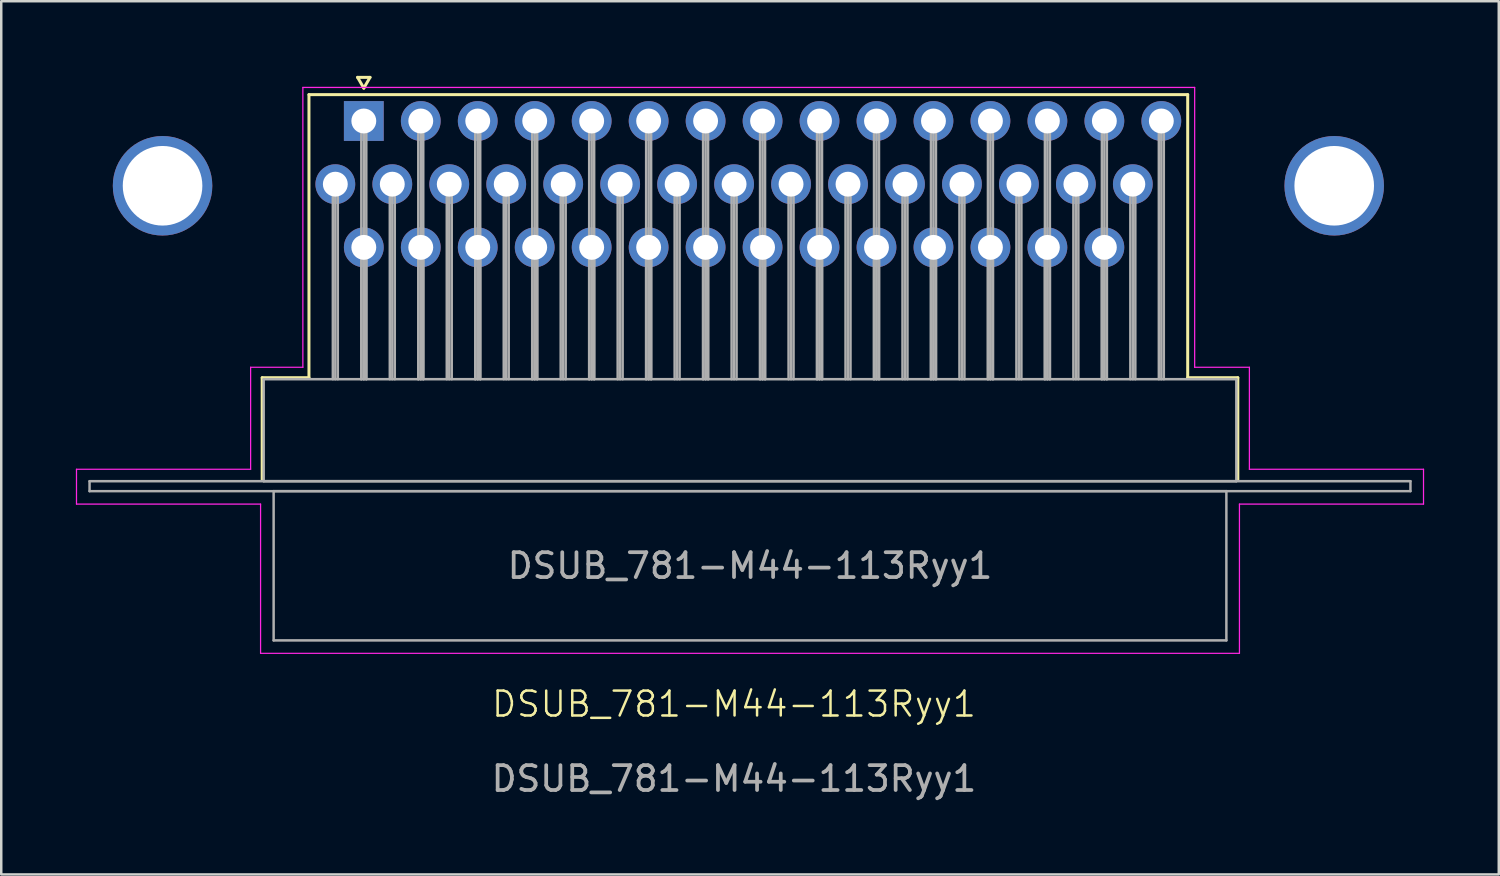
<source format=kicad_pcb>
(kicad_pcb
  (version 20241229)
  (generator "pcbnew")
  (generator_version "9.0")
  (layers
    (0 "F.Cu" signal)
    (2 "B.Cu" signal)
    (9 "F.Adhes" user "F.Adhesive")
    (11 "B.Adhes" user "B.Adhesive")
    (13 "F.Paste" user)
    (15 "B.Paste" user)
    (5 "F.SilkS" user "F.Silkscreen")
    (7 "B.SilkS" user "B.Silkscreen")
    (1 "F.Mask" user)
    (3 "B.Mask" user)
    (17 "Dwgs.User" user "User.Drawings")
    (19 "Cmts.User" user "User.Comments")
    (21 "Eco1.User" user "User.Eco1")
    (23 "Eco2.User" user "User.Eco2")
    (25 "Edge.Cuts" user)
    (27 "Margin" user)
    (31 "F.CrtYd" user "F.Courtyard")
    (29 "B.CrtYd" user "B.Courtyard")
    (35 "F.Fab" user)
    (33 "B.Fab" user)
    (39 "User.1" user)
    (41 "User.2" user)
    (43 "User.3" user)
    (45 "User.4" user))
  (footprint "DSUB_781-M44-113Ryy1"
    (layer "F.Cu")
    (at 26.455 25.754)
    (property "Reference" "DSUB_781-M44-113Ryy1" (at 0 -0.5 0) (unlocked yes) (layer "F.SilkS") (effects (font (size 1 1) (thickness 0.1))))
    (attr smd)
    (fp_line (start -18.965 -13.62) (end -17.085 -13.62) (stroke (width 0.12) (type solid)) (layer "F.SilkS"))
    (fp_line (start -18.965 -9.52) (end -18.965 -13.62) (stroke (width 0.12) (type solid)) (layer "F.SilkS"))
    (fp_line (start -17.085 -25) (end 18.24 -25) (stroke (width 0.12) (type solid)) (layer "F.SilkS"))
    (fp_line (start -17.085 -13.62) (end -17.085 -25) (stroke (width 0.12) (type solid)) (layer "F.SilkS"))
    (fp_line (start -15.13 -25.694) (end -14.63 -25.694) (stroke (width 0.12) (type solid)) (layer "F.SilkS"))
    (fp_line (start -14.88 -25.261) (end -15.13 -25.694) (stroke (width 0.12) (type solid)) (layer "F.SilkS"))
    (fp_line (start -14.63 -25.694) (end -14.88 -25.261) (stroke (width 0.12) (type solid)) (layer "F.SilkS"))
    (fp_line (start 18.24 -25) (end 18.24 -13.62) (stroke (width 0.12) (type solid)) (layer "F.SilkS"))
    (fp_line (start 18.24 -13.62) (end 20.255 -13.62) (stroke (width 0.12) (type solid)) (layer "F.SilkS"))
    (fp_line (start 20.255 -13.62) (end 20.255 -9.52) (stroke (width 0.12) (type solid)) (layer "F.SilkS"))
    (fp_line (start -26.43 -9.94) (end -19.43 -9.94) (stroke (width 0.05) (type solid)) (layer "F.CrtYd"))
    (fp_line (start -26.43 -8.54) (end -26.43 -9.94) (stroke (width 0.05) (type solid)) (layer "F.CrtYd"))
    (fp_line (start -19.43 -14.04) (end -17.33 -14.04) (stroke (width 0.05) (type solid)) (layer "F.CrtYd"))
    (fp_line (start -19.43 -9.94) (end -19.43 -14.04) (stroke (width 0.05) (type solid)) (layer "F.CrtYd"))
    (fp_line (start -19.03 -8.54) (end -26.43 -8.54) (stroke (width 0.05) (type solid)) (layer "F.CrtYd"))
    (fp_line (start -19.03 -2.54) (end -19.03 -8.54) (stroke (width 0.05) (type solid)) (layer "F.CrtYd"))
    (fp_line (start -17.33 -25.29) (end 18.52 -25.29) (stroke (width 0.05) (type solid)) (layer "F.CrtYd"))
    (fp_line (start -17.33 -14.04) (end -17.33 -25.29) (stroke (width 0.05) (type solid)) (layer "F.CrtYd"))
    (fp_line (start 18.52 -25.29) (end 18.52 -14.04) (stroke (width 0.05) (type solid)) (layer "F.CrtYd"))
    (fp_line (start 18.52 -14.04) (end 20.72 -14.04) (stroke (width 0.05) (type solid)) (layer "F.CrtYd"))
    (fp_line (start 20.32 -8.54) (end 20.32 -2.54) (stroke (width 0.05) (type solid)) (layer "F.CrtYd"))
    (fp_line (start 20.32 -2.54) (end -19.03 -2.54) (stroke (width 0.05) (type solid)) (layer "F.CrtYd"))
    (fp_line (start 20.72 -14.04) (end 20.72 -9.94) (stroke (width 0.05) (type solid)) (layer "F.CrtYd"))
    (fp_line (start 20.72 -9.94) (end 27.72 -9.94) (stroke (width 0.05) (type solid)) (layer "F.CrtYd"))
    (fp_line (start 27.72 -9.94) (end 27.72 -8.54) (stroke (width 0.05) (type solid)) (layer "F.CrtYd"))
    (fp_line (start 27.72 -8.54) (end 20.32 -8.54) (stroke (width 0.05) (type solid)) (layer "F.CrtYd"))
    (fp_line (start -25.905 -9.46) (end -25.905 -9.06) (stroke (width 0.1) (type solid)) (layer "F.Fab"))
    (fp_line (start -25.905 -9.06) (end 27.195 -9.06) (stroke (width 0.1) (type solid)) (layer "F.Fab"))
    (fp_line (start -18.905 -13.56) (end -18.905 -9.46) (stroke (width 0.1) (type solid)) (layer "F.Fab"))
    (fp_line (start -18.905 -9.46) (end 20.195 -9.46) (stroke (width 0.1) (type solid)) (layer "F.Fab"))
    (fp_line (start -18.505 -9.06) (end -18.505 -3.06) (stroke (width 0.1) (type solid)) (layer "F.Fab"))
    (fp_line (start -18.505 -3.06) (end 19.795 -3.06) (stroke (width 0.1) (type solid)) (layer "F.Fab"))
    (fp_line (start -16.125 -21.4) (end -16.125 -13.56) (stroke (width 0.1) (type solid)) (layer "F.Fab"))
    (fp_line (start -16.025 -21.4) (end -16.025 -13.56) (stroke (width 0.1) (type solid)) (layer "F.Fab"))
    (fp_line (start -15.925 -21.4) (end -15.925 -13.56) (stroke (width 0.1) (type solid)) (layer "F.Fab"))
    (fp_line (start -14.98 -23.94) (end -14.98 -13.56) (stroke (width 0.1) (type solid)) (layer "F.Fab"))
    (fp_line (start -14.98 -18.86) (end -14.98 -13.56) (stroke (width 0.1) (type solid)) (layer "F.Fab"))
    (fp_line (start -14.88 -23.94) (end -14.88 -13.56) (stroke (width 0.1) (type solid)) (layer "F.Fab"))
    (fp_line (start -14.88 -18.86) (end -14.88 -13.56) (stroke (width 0.1) (type solid)) (layer "F.Fab"))
    (fp_line (start -14.78 -23.94) (end -14.78 -13.56) (stroke (width 0.1) (type solid)) (layer "F.Fab"))
    (fp_line (start -14.78 -18.86) (end -14.78 -13.56) (stroke (width 0.1) (type solid)) (layer "F.Fab"))
    (fp_line (start -13.835 -21.4) (end -13.835 -13.56) (stroke (width 0.1) (type solid)) (layer "F.Fab"))
    (fp_line (start -13.735 -21.4) (end -13.735 -13.56) (stroke (width 0.1) (type solid)) (layer "F.Fab"))
    (fp_line (start -13.635 -21.4) (end -13.635 -13.56) (stroke (width 0.1) (type solid)) (layer "F.Fab"))
    (fp_line (start -12.69 -23.94) (end -12.69 -13.56) (stroke (width 0.1) (type solid)) (layer "F.Fab"))
    (fp_line (start -12.69 -18.86) (end -12.69 -13.56) (stroke (width 0.1) (type solid)) (layer "F.Fab"))
    (fp_line (start -12.59 -23.94) (end -12.59 -13.56) (stroke (width 0.1) (type solid)) (layer "F.Fab"))
    (fp_line (start -12.59 -18.86) (end -12.59 -13.56) (stroke (width 0.1) (type solid)) (layer "F.Fab"))
    (fp_line (start -12.49 -23.94) (end -12.49 -13.56) (stroke (width 0.1) (type solid)) (layer "F.Fab"))
    (fp_line (start -12.49 -18.86) (end -12.49 -13.56) (stroke (width 0.1) (type solid)) (layer "F.Fab"))
    (fp_line (start -11.545 -21.4) (end -11.545 -13.56) (stroke (width 0.1) (type solid)) (layer "F.Fab"))
    (fp_line (start -11.445 -21.4) (end -11.445 -13.56) (stroke (width 0.1) (type solid)) (layer "F.Fab"))
    (fp_line (start -11.345 -21.4) (end -11.345 -13.56) (stroke (width 0.1) (type solid)) (layer "F.Fab"))
    (fp_line (start -10.4 -23.94) (end -10.4 -13.56) (stroke (width 0.1) (type solid)) (layer "F.Fab"))
    (fp_line (start -10.4 -18.86) (end -10.4 -13.56) (stroke (width 0.1) (type solid)) (layer "F.Fab"))
    (fp_line (start -10.3 -23.94) (end -10.3 -13.56) (stroke (width 0.1) (type solid)) (layer "F.Fab"))
    (fp_line (start -10.3 -18.86) (end -10.3 -13.56) (stroke (width 0.1) (type solid)) (layer "F.Fab"))
    (fp_line (start -10.2 -23.94) (end -10.2 -13.56) (stroke (width 0.1) (type solid)) (layer "F.Fab"))
    (fp_line (start -10.2 -18.86) (end -10.2 -13.56) (stroke (width 0.1) (type solid)) (layer "F.Fab"))
    (fp_line (start -9.255 -21.4) (end -9.255 -13.56) (stroke (width 0.1) (type solid)) (layer "F.Fab"))
    (fp_line (start -9.155 -21.4) (end -9.155 -13.56) (stroke (width 0.1) (type solid)) (layer "F.Fab"))
    (fp_line (start -9.055 -21.4) (end -9.055 -13.56) (stroke (width 0.1) (type solid)) (layer "F.Fab"))
    (fp_line (start -8.11 -23.94) (end -8.11 -13.56) (stroke (width 0.1) (type solid)) (layer "F.Fab"))
    (fp_line (start -8.11 -18.86) (end -8.11 -13.56) (stroke (width 0.1) (type solid)) (layer "F.Fab"))
    (fp_line (start -8.01 -23.94) (end -8.01 -13.56) (stroke (width 0.1) (type solid)) (layer "F.Fab"))
    (fp_line (start -8.01 -18.86) (end -8.01 -13.56) (stroke (width 0.1) (type solid)) (layer "F.Fab"))
    (fp_line (start -7.91 -23.94) (end -7.91 -13.56) (stroke (width 0.1) (type solid)) (layer "F.Fab"))
    (fp_line (start -7.91 -18.86) (end -7.91 -13.56) (stroke (width 0.1) (type solid)) (layer "F.Fab"))
    (fp_line (start -6.965 -21.4) (end -6.965 -13.56) (stroke (width 0.1) (type solid)) (layer "F.Fab"))
    (fp_line (start -6.865 -21.4) (end -6.865 -13.56) (stroke (width 0.1) (type solid)) (layer "F.Fab"))
    (fp_line (start -6.765 -21.4) (end -6.765 -13.56) (stroke (width 0.1) (type solid)) (layer "F.Fab"))
    (fp_line (start -5.82 -23.94) (end -5.82 -13.56) (stroke (width 0.1) (type solid)) (layer "F.Fab"))
    (fp_line (start -5.82 -18.86) (end -5.82 -13.56) (stroke (width 0.1) (type solid)) (layer "F.Fab"))
    (fp_line (start -5.72 -23.94) (end -5.72 -13.56) (stroke (width 0.1) (type solid)) (layer "F.Fab"))
    (fp_line (start -5.72 -18.86) (end -5.72 -13.56) (stroke (width 0.1) (type solid)) (layer "F.Fab"))
    (fp_line (start -5.62 -23.94) (end -5.62 -13.56) (stroke (width 0.1) (type solid)) (layer "F.Fab"))
    (fp_line (start -5.62 -18.86) (end -5.62 -13.56) (stroke (width 0.1) (type solid)) (layer "F.Fab"))
    (fp_line (start -4.675 -21.4) (end -4.675 -13.56) (stroke (width 0.1) (type solid)) (layer "F.Fab"))
    (fp_line (start -4.575 -21.4) (end -4.575 -13.56) (stroke (width 0.1) (type solid)) (layer "F.Fab"))
    (fp_line (start -4.475 -21.4) (end -4.475 -13.56) (stroke (width 0.1) (type solid)) (layer "F.Fab"))
    (fp_line (start -3.53 -23.94) (end -3.53 -13.56) (stroke (width 0.1) (type solid)) (layer "F.Fab"))
    (fp_line (start -3.53 -18.86) (end -3.53 -13.56) (stroke (width 0.1) (type solid)) (layer "F.Fab"))
    (fp_line (start -3.43 -23.94) (end -3.43 -13.56) (stroke (width 0.1) (type solid)) (layer "F.Fab"))
    (fp_line (start -3.43 -18.86) (end -3.43 -13.56) (stroke (width 0.1) (type solid)) (layer "F.Fab"))
    (fp_line (start -3.33 -23.94) (end -3.33 -13.56) (stroke (width 0.1) (type solid)) (layer "F.Fab"))
    (fp_line (start -3.33 -18.86) (end -3.33 -13.56) (stroke (width 0.1) (type solid)) (layer "F.Fab"))
    (fp_line (start -2.385 -21.4) (end -2.385 -13.56) (stroke (width 0.1) (type solid)) (layer "F.Fab"))
    (fp_line (start -2.285 -21.4) (end -2.285 -13.56) (stroke (width 0.1) (type solid)) (layer "F.Fab"))
    (fp_line (start -2.185 -21.4) (end -2.185 -13.56) (stroke (width 0.1) (type solid)) (layer "F.Fab"))
    (fp_line (start -1.24 -23.94) (end -1.24 -13.56) (stroke (width 0.1) (type solid)) (layer "F.Fab"))
    (fp_line (start -1.24 -18.86) (end -1.24 -13.56) (stroke (width 0.1) (type solid)) (layer "F.Fab"))
    (fp_line (start -1.14 -23.94) (end -1.14 -13.56) (stroke (width 0.1) (type solid)) (layer "F.Fab"))
    (fp_line (start -1.14 -18.86) (end -1.14 -13.56) (stroke (width 0.1) (type solid)) (layer "F.Fab"))
    (fp_line (start -1.04 -23.94) (end -1.04 -13.56) (stroke (width 0.1) (type solid)) (layer "F.Fab"))
    (fp_line (start -1.04 -18.86) (end -1.04 -13.56) (stroke (width 0.1) (type solid)) (layer "F.Fab"))
    (fp_line (start -0.095 -21.4) (end -0.095 -13.56) (stroke (width 0.1) (type solid)) (layer "F.Fab"))
    (fp_line (start 0.005 -21.4) (end 0.005 -13.56) (stroke (width 0.1) (type solid)) (layer "F.Fab"))
    (fp_line (start 0.105 -21.4) (end 0.105 -13.56) (stroke (width 0.1) (type solid)) (layer "F.Fab"))
    (fp_line (start 1.05 -23.94) (end 1.05 -13.56) (stroke (width 0.1) (type solid)) (layer "F.Fab"))
    (fp_line (start 1.05 -18.86) (end 1.05 -13.56) (stroke (width 0.1) (type solid)) (layer "F.Fab"))
    (fp_line (start 1.15 -23.94) (end 1.15 -13.56) (stroke (width 0.1) (type solid)) (layer "F.Fab"))
    (fp_line (start 1.15 -18.86) (end 1.15 -13.56) (stroke (width 0.1) (type solid)) (layer "F.Fab"))
    (fp_line (start 1.25 -23.94) (end 1.25 -13.56) (stroke (width 0.1) (type solid)) (layer "F.Fab"))
    (fp_line (start 1.25 -18.86) (end 1.25 -13.56) (stroke (width 0.1) (type solid)) (layer "F.Fab"))
    (fp_line (start 2.195 -21.4) (end 2.195 -13.56) (stroke (width 0.1) (type solid)) (layer "F.Fab"))
    (fp_line (start 2.295 -21.4) (end 2.295 -13.56) (stroke (width 0.1) (type solid)) (layer "F.Fab"))
    (fp_line (start 2.395 -21.4) (end 2.395 -13.56) (stroke (width 0.1) (type solid)) (layer "F.Fab"))
    (fp_line (start 3.34 -23.94) (end 3.34 -13.56) (stroke (width 0.1) (type solid)) (layer "F.Fab"))
    (fp_line (start 3.34 -18.86) (end 3.34 -13.56) (stroke (width 0.1) (type solid)) (layer "F.Fab"))
    (fp_line (start 3.44 -23.94) (end 3.44 -13.56) (stroke (width 0.1) (type solid)) (layer "F.Fab"))
    (fp_line (start 3.44 -18.86) (end 3.44 -13.56) (stroke (width 0.1) (type solid)) (layer "F.Fab"))
    (fp_line (start 3.54 -23.94) (end 3.54 -13.56) (stroke (width 0.1) (type solid)) (layer "F.Fab"))
    (fp_line (start 3.54 -18.86) (end 3.54 -13.56) (stroke (width 0.1) (type solid)) (layer "F.Fab"))
    (fp_line (start 4.485 -21.4) (end 4.485 -13.56) (stroke (width 0.1) (type solid)) (layer "F.Fab"))
    (fp_line (start 4.585 -21.4) (end 4.585 -13.56) (stroke (width 0.1) (type solid)) (layer "F.Fab"))
    (fp_line (start 4.685 -21.4) (end 4.685 -13.56) (stroke (width 0.1) (type solid)) (layer "F.Fab"))
    (fp_line (start 5.63 -23.94) (end 5.63 -13.56) (stroke (width 0.1) (type solid)) (layer "F.Fab"))
    (fp_line (start 5.63 -18.86) (end 5.63 -13.56) (stroke (width 0.1) (type solid)) (layer "F.Fab"))
    (fp_line (start 5.73 -23.94) (end 5.73 -13.56) (stroke (width 0.1) (type solid)) (layer "F.Fab"))
    (fp_line (start 5.73 -18.86) (end 5.73 -13.56) (stroke (width 0.1) (type solid)) (layer "F.Fab"))
    (fp_line (start 5.83 -23.94) (end 5.83 -13.56) (stroke (width 0.1) (type solid)) (layer "F.Fab"))
    (fp_line (start 5.83 -18.86) (end 5.83 -13.56) (stroke (width 0.1) (type solid)) (layer "F.Fab"))
    (fp_line (start 6.775 -21.4) (end 6.775 -13.56) (stroke (width 0.1) (type solid)) (layer "F.Fab"))
    (fp_line (start 6.875 -21.4) (end 6.875 -13.56) (stroke (width 0.1) (type solid)) (layer "F.Fab"))
    (fp_line (start 6.975 -21.4) (end 6.975 -13.56) (stroke (width 0.1) (type solid)) (layer "F.Fab"))
    (fp_line (start 7.92 -23.94) (end 7.92 -13.56) (stroke (width 0.1) (type solid)) (layer "F.Fab"))
    (fp_line (start 7.92 -18.86) (end 7.92 -13.56) (stroke (width 0.1) (type solid)) (layer "F.Fab"))
    (fp_line (start 8.02 -23.94) (end 8.02 -13.56) (stroke (width 0.1) (type solid)) (layer "F.Fab"))
    (fp_line (start 8.02 -18.86) (end 8.02 -13.56) (stroke (width 0.1) (type solid)) (layer "F.Fab"))
    (fp_line (start 8.12 -23.94) (end 8.12 -13.56) (stroke (width 0.1) (type solid)) (layer "F.Fab"))
    (fp_line (start 8.12 -18.86) (end 8.12 -13.56) (stroke (width 0.1) (type solid)) (layer "F.Fab"))
    (fp_line (start 9.065 -21.4) (end 9.065 -13.56) (stroke (width 0.1) (type solid)) (layer "F.Fab"))
    (fp_line (start 9.165 -21.4) (end 9.165 -13.56) (stroke (width 0.1) (type solid)) (layer "F.Fab"))
    (fp_line (start 9.265 -21.4) (end 9.265 -13.56) (stroke (width 0.1) (type solid)) (layer "F.Fab"))
    (fp_line (start 10.21 -23.94) (end 10.21 -13.56) (stroke (width 0.1) (type solid)) (layer "F.Fab"))
    (fp_line (start 10.21 -18.86) (end 10.21 -13.56) (stroke (width 0.1) (type solid)) (layer "F.Fab"))
    (fp_line (start 10.31 -23.94) (end 10.31 -13.56) (stroke (width 0.1) (type solid)) (layer "F.Fab"))
    (fp_line (start 10.31 -18.86) (end 10.31 -13.56) (stroke (width 0.1) (type solid)) (layer "F.Fab"))
    (fp_line (start 10.41 -23.94) (end 10.41 -13.56) (stroke (width 0.1) (type solid)) (layer "F.Fab"))
    (fp_line (start 10.41 -18.86) (end 10.41 -13.56) (stroke (width 0.1) (type solid)) (layer "F.Fab"))
    (fp_line (start 11.355 -21.4) (end 11.355 -13.56) (stroke (width 0.1) (type solid)) (layer "F.Fab"))
    (fp_line (start 11.455 -21.4) (end 11.455 -13.56) (stroke (width 0.1) (type solid)) (layer "F.Fab"))
    (fp_line (start 11.555 -21.4) (end 11.555 -13.56) (stroke (width 0.1) (type solid)) (layer "F.Fab"))
    (fp_line (start 12.5 -23.94) (end 12.5 -13.56) (stroke (width 0.1) (type solid)) (layer "F.Fab"))
    (fp_line (start 12.5 -18.86) (end 12.5 -13.56) (stroke (width 0.1) (type solid)) (layer "F.Fab"))
    (fp_line (start 12.6 -23.94) (end 12.6 -13.56) (stroke (width 0.1) (type solid)) (layer "F.Fab"))
    (fp_line (start 12.6 -18.86) (end 12.6 -13.56) (stroke (width 0.1) (type solid)) (layer "F.Fab"))
    (fp_line (start 12.7 -23.94) (end 12.7 -13.56) (stroke (width 0.1) (type solid)) (layer "F.Fab"))
    (fp_line (start 12.7 -18.86) (end 12.7 -13.56) (stroke (width 0.1) (type solid)) (layer "F.Fab"))
    (fp_line (start 13.645 -21.4) (end 13.645 -13.56) (stroke (width 0.1) (type solid)) (layer "F.Fab"))
    (fp_line (start 13.745 -21.4) (end 13.745 -13.56) (stroke (width 0.1) (type solid)) (layer "F.Fab"))
    (fp_line (start 13.845 -21.4) (end 13.845 -13.56) (stroke (width 0.1) (type solid)) (layer "F.Fab"))
    (fp_line (start 14.79 -23.94) (end 14.79 -13.56) (stroke (width 0.1) (type solid)) (layer "F.Fab"))
    (fp_line (start 14.79 -18.86) (end 14.79 -13.56) (stroke (width 0.1) (type solid)) (layer "F.Fab"))
    (fp_line (start 14.89 -23.94) (end 14.89 -13.56) (stroke (width 0.1) (type solid)) (layer "F.Fab"))
    (fp_line (start 14.89 -18.86) (end 14.89 -13.56) (stroke (width 0.1) (type solid)) (layer "F.Fab"))
    (fp_line (start 14.99 -23.94) (end 14.99 -13.56) (stroke (width 0.1) (type solid)) (layer "F.Fab"))
    (fp_line (start 14.99 -18.86) (end 14.99 -13.56) (stroke (width 0.1) (type solid)) (layer "F.Fab"))
    (fp_line (start 15.935 -21.4) (end 15.935 -13.56) (stroke (width 0.1) (type solid)) (layer "F.Fab"))
    (fp_line (start 16.035 -21.4) (end 16.035 -13.56) (stroke (width 0.1) (type solid)) (layer "F.Fab"))
    (fp_line (start 16.135 -21.4) (end 16.135 -13.56) (stroke (width 0.1) (type solid)) (layer "F.Fab"))
    (fp_line (start 17.08 -23.94) (end 17.08 -13.56) (stroke (width 0.1) (type solid)) (layer "F.Fab"))
    (fp_line (start 17.18 -23.94) (end 17.18 -13.56) (stroke (width 0.1) (type solid)) (layer "F.Fab"))
    (fp_line (start 17.28 -23.94) (end 17.28 -13.56) (stroke (width 0.1) (type solid)) (layer "F.Fab"))
    (fp_line (start 19.795 -9.06) (end -18.505 -9.06) (stroke (width 0.1) (type solid)) (layer "F.Fab"))
    (fp_line (start 19.795 -3.06) (end 19.795 -9.06) (stroke (width 0.1) (type solid)) (layer "F.Fab"))
    (fp_line (start 20.195 -13.56) (end -18.905 -13.56) (stroke (width 0.1) (type solid)) (layer "F.Fab"))
    (fp_line (start 20.195 -9.46) (end 20.195 -13.56) (stroke (width 0.1) (type solid)) (layer "F.Fab"))
    (fp_line (start 27.195 -9.46) (end -25.905 -9.46) (stroke (width 0.1) (type solid)) (layer "F.Fab"))
    (fp_line (start 27.195 -9.06) (end 27.195 -9.46) (stroke (width 0.1) (type solid)) (layer "F.Fab"))
    (fp_text user "${REFERENCE}" (at 0 2.5 0) (unlocked yes) (layer "F.Fab") (effects (font (size 1 1) (thickness 0.15))))
    (fp_text user "${REFERENCE}" (at 0.645 -6.06 0) (layer "F.Fab") (effects (font (size 1 1) (thickness 0.15))))
    (pad "0" thru_hole circle (at -22.97 -21.336) (size 4 4) (drill 3.2) (layers "*.Cu" "*.Mask"))
    (pad "0" thru_hole circle (at 24.13 -21.336) (size 4 4) (drill 3.2) (layers "*.Cu" "*.Mask"))
    (pad "1" thru_hole rect (at -14.88 -23.94) (size 1.6 1.6) (drill 1) (layers "*.Cu" "*.Mask"))
    (pad "2" thru_hole circle (at -12.59 -23.94) (size 1.6 1.6) (drill 1) (layers "*.Cu" "*.Mask"))
    (pad "3" thru_hole circle (at -10.3 -23.94) (size 1.6 1.6) (drill 1) (layers "*.Cu" "*.Mask"))
    (pad "4" thru_hole circle (at -8.01 -23.94) (size 1.6 1.6) (drill 1) (layers "*.Cu" "*.Mask"))
    (pad "5" thru_hole circle (at -5.72 -23.94) (size 1.6 1.6) (drill 1) (layers "*.Cu" "*.Mask"))
    (pad "6" thru_hole circle (at -3.43 -23.94) (size 1.6 1.6) (drill 1) (layers "*.Cu" "*.Mask"))
    (pad "7" thru_hole circle (at -1.14 -23.94) (size 1.6 1.6) (drill 1) (layers "*.Cu" "*.Mask"))
    (pad "8" thru_hole circle (at 1.15 -23.94) (size 1.6 1.6) (drill 1) (layers "*.Cu" "*.Mask"))
    (pad "9" thru_hole circle (at 3.44 -23.94) (size 1.6 1.6) (drill 1) (layers "*.Cu" "*.Mask"))
    (pad "10" thru_hole circle (at 5.73 -23.94) (size 1.6 1.6) (drill 1) (layers "*.Cu" "*.Mask"))
    (pad "11" thru_hole circle (at 8.02 -23.94) (size 1.6 1.6) (drill 1) (layers "*.Cu" "*.Mask"))
    (pad "12" thru_hole circle (at 10.31 -23.94) (size 1.6 1.6) (drill 1) (layers "*.Cu" "*.Mask"))
    (pad "13" thru_hole circle (at 12.6 -23.94) (size 1.6 1.6) (drill 1) (layers "*.Cu" "*.Mask"))
    (pad "14" thru_hole circle (at 14.89 -23.94) (size 1.6 1.6) (drill 1) (layers "*.Cu" "*.Mask"))
    (pad "15" thru_hole circle (at 17.18 -23.94) (size 1.6 1.6) (drill 1) (layers "*.Cu" "*.Mask"))
    (pad "16" thru_hole circle (at -16.025 -21.4) (size 1.6 1.6) (drill 1) (layers "*.Cu" "*.Mask"))
    (pad "17" thru_hole circle (at -13.735 -21.4) (size 1.6 1.6) (drill 1) (layers "*.Cu" "*.Mask"))
    (pad "18" thru_hole circle (at -11.445 -21.4) (size 1.6 1.6) (drill 1) (layers "*.Cu" "*.Mask"))
    (pad "19" thru_hole circle (at -9.155 -21.4) (size 1.6 1.6) (drill 1) (layers "*.Cu" "*.Mask"))
    (pad "20" thru_hole circle (at -6.865 -21.4) (size 1.6 1.6) (drill 1) (layers "*.Cu" "*.Mask"))
    (pad "21" thru_hole circle (at -4.575 -21.4) (size 1.6 1.6) (drill 1) (layers "*.Cu" "*.Mask"))
    (pad "22" thru_hole circle (at -2.285 -21.4) (size 1.6 1.6) (drill 1) (layers "*.Cu" "*.Mask"))
    (pad "23" thru_hole circle (at 0.005 -21.4) (size 1.6 1.6) (drill 1) (layers "*.Cu" "*.Mask"))
    (pad "24" thru_hole circle (at 2.295 -21.4) (size 1.6 1.6) (drill 1) (layers "*.Cu" "*.Mask"))
    (pad "25" thru_hole circle (at 4.585 -21.4) (size 1.6 1.6) (drill 1) (layers "*.Cu" "*.Mask"))
    (pad "26" thru_hole circle (at 6.875 -21.4) (size 1.6 1.6) (drill 1) (layers "*.Cu" "*.Mask"))
    (pad "27" thru_hole circle (at 9.165 -21.4) (size 1.6 1.6) (drill 1) (layers "*.Cu" "*.Mask"))
    (pad "28" thru_hole circle (at 11.455 -21.4) (size 1.6 1.6) (drill 1) (layers "*.Cu" "*.Mask"))
    (pad "29" thru_hole circle (at 13.745 -21.4) (size 1.6 1.6) (drill 1) (layers "*.Cu" "*.Mask"))
    (pad "30" thru_hole circle (at 16.035 -21.4) (size 1.6 1.6) (drill 1) (layers "*.Cu" "*.Mask"))
    (pad "31" thru_hole circle (at -14.88 -18.86) (size 1.6 1.6) (drill 1) (layers "*.Cu" "*.Mask"))
    (pad "32" thru_hole circle (at -12.59 -18.86) (size 1.6 1.6) (drill 1) (layers "*.Cu" "*.Mask"))
    (pad "33" thru_hole circle (at -10.3 -18.86) (size 1.6 1.6) (drill 1) (layers "*.Cu" "*.Mask"))
    (pad "34" thru_hole circle (at -8.01 -18.86) (size 1.6 1.6) (drill 1) (layers "*.Cu" "*.Mask"))
    (pad "35" thru_hole circle (at -5.72 -18.86) (size 1.6 1.6) (drill 1) (layers "*.Cu" "*.Mask"))
    (pad "36" thru_hole circle (at -3.43 -18.86) (size 1.6 1.6) (drill 1) (layers "*.Cu" "*.Mask"))
    (pad "37" thru_hole circle (at -1.14 -18.86) (size 1.6 1.6) (drill 1) (layers "*.Cu" "*.Mask"))
    (pad "38" thru_hole circle (at 1.15 -18.86) (size 1.6 1.6) (drill 1) (layers "*.Cu" "*.Mask"))
    (pad "39" thru_hole circle (at 3.44 -18.86) (size 1.6 1.6) (drill 1) (layers "*.Cu" "*.Mask"))
    (pad "40" thru_hole circle (at 5.73 -18.86) (size 1.6 1.6) (drill 1) (layers "*.Cu" "*.Mask"))
    (pad "41" thru_hole circle (at 8.02 -18.86) (size 1.6 1.6) (drill 1) (layers "*.Cu" "*.Mask"))
    (pad "42" thru_hole circle (at 10.31 -18.86) (size 1.6 1.6) (drill 1) (layers "*.Cu" "*.Mask"))
    (pad "43" thru_hole circle (at 12.6 -18.86) (size 1.6 1.6) (drill 1) (layers "*.Cu" "*.Mask"))
    (pad "44" thru_hole circle (at 14.89 -18.86) (size 1.6 1.6) (drill 1) (layers "*.Cu" "*.Mask")))
  (gr_rect
    (start -3 -3)
    (end 57.2 32.103)
    (stroke (width 0.1) (type default))
    (fill no)
    (layer "Edge.Cuts")))
</source>
